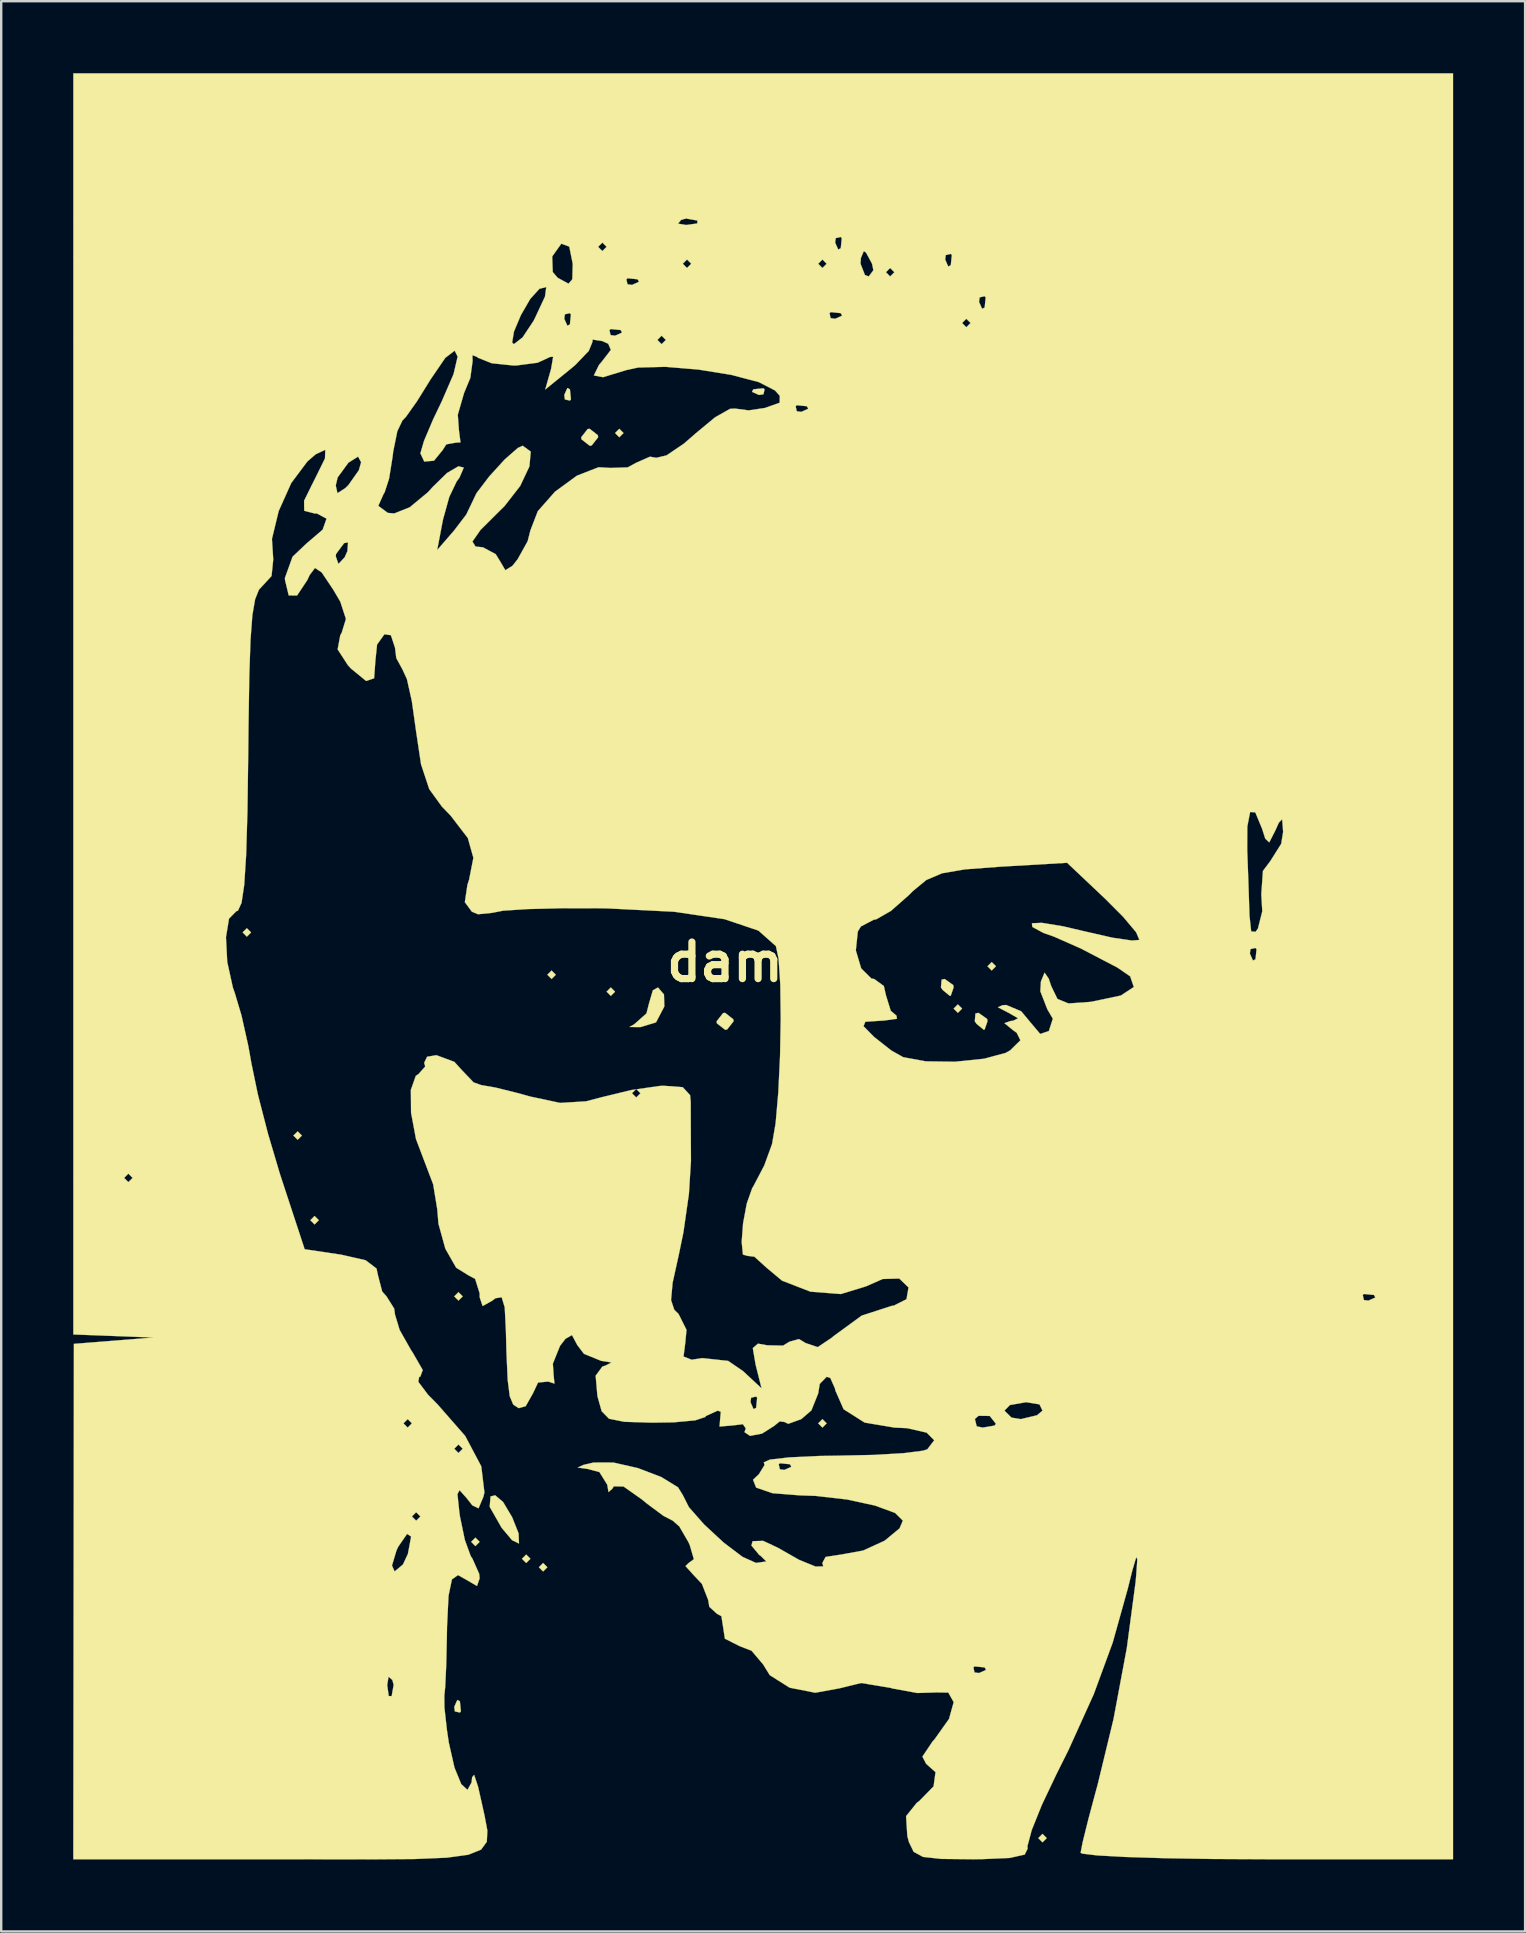
<source format=kicad_pcb>
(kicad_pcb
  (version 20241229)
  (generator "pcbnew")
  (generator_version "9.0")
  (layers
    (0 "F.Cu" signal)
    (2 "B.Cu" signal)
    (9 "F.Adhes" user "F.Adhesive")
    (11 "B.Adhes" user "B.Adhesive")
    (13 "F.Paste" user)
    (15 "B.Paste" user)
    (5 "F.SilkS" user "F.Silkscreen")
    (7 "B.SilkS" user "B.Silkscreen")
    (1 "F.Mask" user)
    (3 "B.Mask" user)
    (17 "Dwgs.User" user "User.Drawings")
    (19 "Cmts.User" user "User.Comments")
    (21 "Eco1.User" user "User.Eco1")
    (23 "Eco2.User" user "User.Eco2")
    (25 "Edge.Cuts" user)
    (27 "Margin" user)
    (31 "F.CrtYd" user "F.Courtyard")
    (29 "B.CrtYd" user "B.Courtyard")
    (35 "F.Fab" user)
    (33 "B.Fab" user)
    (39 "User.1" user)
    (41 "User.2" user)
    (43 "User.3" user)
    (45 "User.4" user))
  (footprint "damn2"
    (layer "F.Cu")
    (at 28.582 37.047)
    (property "Reference" "damn2" (at 0 0 0) (layer "F.SilkS") (effects (font (size 1.524 1.524) (thickness 0.3))))
    (attr through_hole)
    (fp_poly (pts (xy -21.167 -1.235) (xy -21.343 -1.058) (xy -21.519 -1.235) (xy -21.343 -1.411) (xy -21.167 -1.235)) (stroke (width 0.01) (type solid)) (fill yes) (layer "F.SilkS"))
    (fp_poly (pts (xy -19.05 7.232) (xy -19.226 7.408) (xy -19.403 7.232) (xy -19.226 7.056) (xy -19.05 7.232)) (stroke (width 0.01) (type solid)) (fill yes) (layer "F.SilkS"))
    (fp_poly (pts (xy -18.344 10.76) (xy -18.521 10.936) (xy -18.697 10.76) (xy -18.521 10.583) (xy -18.344 10.76)) (stroke (width 0.01) (type solid)) (fill yes) (layer "F.SilkS"))
    (fp_poly (pts (xy -12.347 13.935) (xy -12.524 14.111) (xy -12.7 13.935) (xy -12.524 13.758) (xy -12.347 13.935)) (stroke (width 0.01) (type solid)) (fill yes) (layer "F.SilkS"))
    (fp_poly (pts (xy -11.642 24.165) (xy -11.818 24.342) (xy -11.994 24.165) (xy -11.818 23.989) (xy -11.642 24.165)) (stroke (width 0.01) (type solid)) (fill yes) (layer "F.SilkS"))
    (fp_poly (pts (xy -9.525 24.871) (xy -9.701 25.047) (xy -9.878 24.871) (xy -9.701 24.694) (xy -9.525 24.871)) (stroke (width 0.01) (type solid)) (fill yes) (layer "F.SilkS"))
    (fp_poly (pts (xy -8.819 25.224) (xy -8.996 25.4) (xy -9.172 25.224) (xy -8.996 25.047) (xy -8.819 25.224)) (stroke (width 0.01) (type solid)) (fill yes) (layer "F.SilkS"))
    (fp_poly (pts (xy -8.467 0.529) (xy -8.643 0.706) (xy -8.819 0.529) (xy -8.643 0.353) (xy -8.467 0.529)) (stroke (width 0.01) (type solid)) (fill yes) (layer "F.SilkS"))
    (fp_poly (pts (xy -5.997 1.235) (xy -6.174 1.411) (xy -6.35 1.235) (xy -6.174 1.058) (xy -5.997 1.235)) (stroke (width 0.01) (type solid)) (fill yes) (layer "F.SilkS"))
    (fp_poly (pts (xy -5.644 -22.049) (xy -5.821 -21.872) (xy -5.997 -22.049) (xy -5.821 -22.225) (xy -5.644 -22.049)) (stroke (width 0.01) (type solid)) (fill yes) (layer "F.SilkS"))
    (fp_poly (pts (xy 2.822 19.226) (xy 2.646 19.403) (xy 2.469 19.226) (xy 2.646 19.05) (xy 2.822 19.226)) (stroke (width 0.01) (type solid)) (fill yes) (layer "F.SilkS"))
    (fp_poly (pts (xy 8.467 1.94) (xy 8.29 2.117) (xy 8.114 1.94) (xy 8.29 1.764) (xy 8.467 1.94)) (stroke (width 0.01) (type solid)) (fill yes) (layer "F.SilkS"))
    (fp_poly (pts (xy 9.878 0.176) (xy 9.701 0.353) (xy 9.525 0.176) (xy 9.701 0) (xy 9.878 0.176)) (stroke (width 0.01) (type solid)) (fill yes) (layer "F.SilkS"))
    (fp_poly (pts (xy 11.994 36.513) (xy 11.818 36.689) (xy 11.642 36.513) (xy 11.818 36.336) (xy 11.994 36.513)) (stroke (width 0.01) (type solid)) (fill yes) (layer "F.SilkS"))
    (fp_poly (pts (xy -12.465 30.809) (xy -12.423 31.228) (xy -12.465 31.28) (xy -12.675 31.231) (xy -12.7 31.044) (xy -12.571 30.754) (xy -12.465 30.809)) (stroke (width 0.01) (type solid)) (fill yes) (layer "F.SilkS"))
    (fp_poly (pts (xy -7.879 -23.871) (xy -7.836 -23.453) (xy -7.879 -23.401) (xy -8.088 -23.449) (xy -8.114 -23.636) (xy -7.985 -23.926) (xy -7.879 -23.871)) (stroke (width 0.01) (type solid)) (fill yes) (layer "F.SilkS"))
    (fp_poly (pts (xy 0.235 -23.871) (xy 0.187 -23.662) (xy 0 -23.636) (xy -0.29 -23.765) (xy -0.235 -23.871) (xy 0.183 -23.914) (xy 0.235 -23.871)) (stroke (width 0.01) (type solid)) (fill yes) (layer "F.SilkS"))
    (fp_poly (pts (xy -6.713 -21.957) (xy -6.703 -21.872) (xy -6.971 -21.53) (xy -7.056 -21.519) (xy -7.398 -21.788) (xy -7.408 -21.872) (xy -7.14 -22.215) (xy -7.056 -22.225) (xy -6.713 -21.957)) (stroke (width 0.01) (type solid)) (fill yes) (layer "F.SilkS"))
    (fp_poly (pts (xy -1.069 2.385) (xy -1.058 2.469) (xy -1.327 2.812) (xy -1.411 2.822) (xy -1.754 2.554) (xy -1.764 2.469) (xy -1.495 2.127) (xy -1.411 2.117) (xy -1.069 2.385)) (stroke (width 0.01) (type solid)) (fill yes) (layer "F.SilkS"))
    (fp_poly (pts (xy 8.1 0.962) (xy 8.114 1.058) (xy 7.994 1.402) (xy 7.958 1.411) (xy 7.657 1.164) (xy 7.585 1.058) (xy 7.613 0.733) (xy 7.74 0.706) (xy 8.1 0.962)) (stroke (width 0.01) (type solid)) (fill yes) (layer "F.SilkS"))
    (fp_poly (pts (xy 9.511 2.373) (xy 9.525 2.469) (xy 9.405 2.813) (xy 9.369 2.822) (xy 9.068 2.575) (xy 8.996 2.469) (xy 9.024 2.144) (xy 9.151 2.117) (xy 9.511 2.373)) (stroke (width 0.01) (type solid)) (fill yes) (layer "F.SilkS"))
    (fp_poly (pts (xy -10.664 22.504) (xy -10.288 23.135) (xy -10.017 23.813) (xy -10.001 24.23) (xy -10.005 24.234) (xy -10.289 24.096) (xy -10.724 23.58) (xy -11.222 22.706) (xy -11.187 22.273) (xy -10.993 22.225) (xy -10.664 22.504)) (stroke (width 0.01) (type solid)) (fill yes) (layer "F.SilkS"))
    (fp_poly (pts (xy -3.958 1.351) (xy -3.944 1.852) (xy -4.29 2.514) (xy -4.939 2.711) (xy -5.396 2.707) (xy -5.205 2.597) (xy -5.203 2.597) (xy -4.688 2.141) (xy -4.586 1.738) (xy -4.423 1.179) (xy -4.209 1.058) (xy -3.958 1.351)) (stroke (width 0.01) (type solid)) (fill yes) (layer "F.SilkS"))
    (fp_poly (pts (xy 28.928 37.394) (xy 21.167 37.394) (xy 18.912 37.383) (xy 16.915 37.35) (xy 15.276 37.299) (xy 14.096 37.234) (xy 13.475 37.159) (xy 13.406 37.123) (xy 13.494 36.673) (xy 13.727 35.734) (xy 14.058 34.496) (xy 14.113 34.299) (xy 14.778 31.551) (xy 15.331 28.598) (xy 15.697 25.847) (xy 15.722 25.576) (xy 15.77 24.892) (xy 15.725 24.804) (xy 15.564 25.347) (xy 15.375 26.106) (xy 14.746 28.357) (xy 13.956 30.511) (xy 12.899 32.846) (xy 12.39 33.867) (xy 11.79 35.131) (xy 11.367 36.183) (xy 11.19 36.849) (xy 11.197 36.953) (xy 11.077 37.199) (xy 10.45 37.34) (xy 9.228 37.393) (xy 8.887 37.394) (xy 7.595 37.38) (xy 6.838 37.296) (xy 6.446 37.082) (xy 6.25 36.676) (xy 6.184 36.427) (xy 6.132 35.597) (xy 6.583 35.036) (xy 6.675 34.973) (xy 7.278 34.356) (xy 7.359 33.764) (xy 6.967 33.415) (xy 6.813 33.116) (xy 7.23 32.493) (xy 7.32 32.393) (xy 7.923 31.543) (xy 8.116 30.846) (xy 7.893 30.447) (xy 7.408 30.441) (xy 6.599 30.465) (xy 5.57 30.277) (xy 5.471 30.248) (xy 4.26 30.048) (xy 3.368 30.267) (xy 2.345 30.454) (xy 1.281 30.244) (xy 0.451 29.721) (xy 0.251 29.398) (xy 8.937 29.398) (xy 8.985 29.608) (xy 9.172 29.633) (xy 9.463 29.504) (xy 9.407 29.398) (xy 8.989 29.356) (xy 8.937 29.398) (xy 0.251 29.398) (xy 0.174 29.273) (xy -0.309 28.703) (xy -0.81 28.509) (xy -1.42 28.201) (xy -1.484 27.781) (xy -1.565 27.264) (xy -1.748 27.164) (xy -2.067 26.875) (xy -2.117 26.585) (xy -2.377 25.917) (xy -2.734 25.538) (xy -3.06 25.176) (xy -2.944 25.058) (xy -2.713 24.888) (xy -2.883 24.302) (xy -2.944 24.168) (xy -3.319 23.523) (xy -3.589 23.286) (xy -3.987 23.077) (xy -4.68 22.562) (xy -4.881 22.396) (xy -5.644 21.858) (xy -6.049 21.851) (xy -6.115 21.955) (xy -6.271 22.09) (xy -6.322 21.784) (xy -6.65 21.256) (xy -7.144 21.125) (xy -7.553 21.069) (xy -7.312 20.957) (xy -6.884 20.858) (xy -6.059 20.861) (xy -5.043 21.092) (xy -4.069 21.464) (xy -3.373 21.892) (xy -3.175 22.213) (xy -2.919 22.72) (xy -2.284 23.442) (xy -1.473 24.194) (xy -0.686 24.79) (xy -0.127 25.042) (xy -0.112 25.042) (xy 0.307 24.982) (xy 0.064 24.743) (xy 0.01 24.708) (xy -0.314 24.319) (xy -0.265 24.137) (xy 0.174 24.124) (xy 0.783 24.408) (xy 1.679 24.918) (xy 2.362 25.195) (xy 2.679 25.187) (xy 2.643 25.043) (xy 2.779 24.793) (xy 3.428 24.694) (xy 4.345 24.527) (xy 5.241 24.116) (xy 5.861 23.603) (xy 5.997 23.28) (xy 5.676 22.961) (xy 4.839 22.653) (xy 3.672 22.4) (xy 2.365 22.25) (xy 1.697 22.227) (xy 0.563 22.137) (xy -0.117 21.904) (xy -0.247 21.577) (xy 0.000001 21.343) (xy 0.235 20.96) (xy 0.226 20.931) (xy 0.823 20.931) (xy 0.872 21.141) (xy 1.058 21.167) (xy 1.349 21.038) (xy 1.294 20.931) (xy 0.875 20.889) (xy 0.823 20.931) (xy 0.226 20.931) (xy 0.201 20.853) (xy 0.454 20.738) (xy 1.268 20.644) (xy 2.498 20.586) (xy 3.325 20.573) (xy 4.81 20.541) (xy 6.041 20.468) (xy 6.838 20.366) (xy 7.017 20.309) (xy 7.305 19.931) (xy 6.991 19.614) (xy 6.176 19.427) (xy 5.649 19.403) (xy 4.405 19.194) (xy 4.169 19.044) (xy 8.999 19.044) (xy 9.076 19.351) (xy 9.328 19.403) (xy 9.812 19.321) (xy 9.878 19.247) (xy 9.619 18.918) (xy 9.154 18.911) (xy 8.999 19.044) (xy 4.169 19.044) (xy 3.621 18.697) (xy 10.231 18.697) (xy 10.525 18.987) (xy 10.915 19.05) (xy 11.591 18.888) (xy 11.818 18.697) (xy 11.693 18.436) (xy 11.133 18.344) (xy 10.46 18.463) (xy 10.231 18.697) (xy 3.621 18.697) (xy 3.528 18.638) (xy 3.176 17.837) (xy 3.175 17.79) (xy 2.976 17.337) (xy 2.822 17.286) (xy 2.534 17.581) (xy 2.469 17.979) (xy 2.185 18.687) (xy 1.764 19.05) (xy 1.221 19.246) (xy 1.058 19.168) (xy 0.864 19.145) (xy 0.635 19.332) (xy 0.126 19.654) (xy -0.374 19.748) (xy -0.603 19.592) (xy -0.549 19.436) (xy -0.669 19.262) (xy -1.113 19.315) (xy -1.643 19.359) (xy -1.622 19.106) (xy -1.59 18.741) (xy -1.722 18.697) (xy -2.208 18.919) (xy -2.238 18.962) (xy -2.652 19.1) (xy -3.553 19.184) (xy -4.456 19.197) (xy -5.611 19.162) (xy -6.248 19.034) (xy -6.556 18.721) (xy -6.661 18.344) (xy -0.353 18.344) (xy -0.224 18.635) (xy -0.118 18.58) (xy -0.075 18.161) (xy -0.118 18.109) (xy -0.327 18.158) (xy -0.353 18.344) (xy -6.661 18.344) (xy -6.722 18.13) (xy -6.734 18.068) (xy -6.806 17.241) (xy -6.529 16.863) (xy -6.39 16.814) (xy -6.143 16.689) (xy -6.577 16.621) (xy -7.292 16.33) (xy -7.572 15.963) (xy -7.792 15.548) (xy -8.064 15.702) (xy -8.291 15.997) (xy -8.59 16.739) (xy -8.559 17.202) (xy -8.523 17.57) (xy -8.783 17.485) (xy -9.207 17.525) (xy -9.417 17.971) (xy -9.722 18.511) (xy -10.011 18.593) (xy -10.24 18.446) (xy -10.386 18.1) (xy -10.473 17.411) (xy -10.525 16.233) (xy -10.546 15.391) (xy -10.596 14.389) (xy -10.724 13.97) (xy -10.984 14.013) (xy -11.112 14.111) (xy -11.518 14.338) (xy -11.639 13.973) (xy -11.642 13.802) (xy -11.829 13.206) (xy -12.114 13.053) (xy -12.62 12.739) (xy -13.07 11.949) (xy -13.357 10.91) (xy -13.408 10.302) (xy -13.578 9.264) (xy -13.909 8.393) (xy -14.295 7.376) (xy -14.5 6.278) (xy -14.508 5.325) (xy -14.302 4.742) (xy -14.193 4.672) (xy -13.91 4.351) (xy -13.953 4.203) (xy -13.832 3.947) (xy -13.444 3.881) (xy -12.694 4.16) (xy -12.391 4.495) (xy -11.894 5.015) (xy -11.58 5.127) (xy -10.975 5.232) (xy -9.997 5.475) (xy -9.539 5.604) (xy -8.287 5.871) (xy -7.21 5.805) (xy -6.54 5.63) (xy -5.319 5.334) (xy -5.13 5.307) (xy -5.292 5.468) (xy -5.115 5.644) (xy -4.939 5.468) (xy -5.104 5.303) (xy -4.149 5.165) (xy -3.98 5.156) (xy -3.176 5.215) (xy -2.87 5.547) (xy -2.844 5.821) (xy -2.842 6.586) (xy -2.837 7.717) (xy -2.834 8.29) (xy -2.919 9.662) (xy -3.147 11.26) (xy -3.335 12.171) (xy -3.6 13.376) (xy -3.664 14.09) (xy -3.528 14.495) (xy -3.351 14.667) (xy -3.02 15.329) (xy -3.07 15.865) (xy -3.143 16.442) (xy -2.806 16.574) (xy -2.359 16.507) (xy -1.282 16.624) (xy -0.663 17.049) (xy 0.109 17.768) (xy -0.14 16.775) (xy -0.256 16.09) (xy -0.04 15.904) (xy 0.334 15.972) (xy 1.003 15.987) (xy 1.266 15.825) (xy 1.669 15.713) (xy 1.948 15.881) (xy 2.45 16.049) (xy 3.049 15.648) (xy 3.09 15.607) (xy 4.281 14.736) (xy 5.54 14.328) (xy 5.614 14.322) (xy 6.15 14.053) (xy 6.18 13.876) (xy 25.165 13.876) (xy 25.213 14.086) (xy 25.4 14.111) (xy 25.69 13.982) (xy 25.635 13.876) (xy 25.217 13.834) (xy 25.165 13.876) (xy 6.18 13.876) (xy 6.234 13.563) (xy 5.847 13.191) (xy 5.157 13.21) (xy 4.458 13.518) (xy 3.413 13.837) (xy 2.146 13.738) (xy 0.961 13.278) (xy 0.308 12.732) (xy -0.189 12.281) (xy -0.485 12.245) (xy -0.668 12.191) (xy -0.72 11.665) (xy -0.661 10.884) (xy -0.508 10.066) (xy -0.283 9.428) (xy -0.229 9.339) (xy 0.222 8.476) (xy 0.546 7.585) (xy 0.694 6.725) (xy 0.806 5.44) (xy 0.879 3.921) (xy 0.907 2.359) (xy 0.889 0.944) (xy 0.819 -0.134) (xy 0.745 -0.485) (xy 4.038 -0.485) (xy 4.262 0.267) (xy 4.688 0.687) (xy 4.804 0.706) (xy 5.205 0.998) (xy 5.292 1.382) (xy 5.493 2.03) (xy 5.733 2.236) (xy 5.752 2.365) (xy 5.204 2.439) (xy 5.137 2.442) (xy 4.433 2.488) (xy 4.359 2.675) (xy 4.8 3.122) (xy 5.519 3.688) (xy 6.013 3.965) (xy 6.949 4.138) (xy 8.169 4.154) (xy 9.38 4.03) (xy 10.286 3.785) (xy 10.474 3.677) (xy 10.897 3.261) (xy 10.744 2.95) (xy 10.583 2.834) (xy 10.232 2.546) (xy 10.492 2.456) (xy 10.583 2.45) (xy 10.802 2.344) (xy 10.407 2.117) (xy 9.959 1.884) (xy 10.152 1.798) (xy 10.306 1.789) (xy 10.93 2.051) (xy 11.309 2.507) (xy 11.723 2.997) (xy 12.083 2.875) (xy 12.249 2.361) (xy 12.021 1.972) (xy 11.728 1.219) (xy 11.752 0.811) (xy 11.905 0.441) (xy 12.078 0.693) (xy 12.185 1.01) (xy 12.442 1.539) (xy 12.905 1.725) (xy 13.812 1.66) (xy 13.853 1.655) (xy 15.083 1.395) (xy 15.624 1.04) (xy 15.472 0.596) (xy 14.94 0.23) (xy 13.823 -0.353) (xy 20.461 -0.353) (xy 20.59 -0.062) (xy 20.696 -0.118) (xy 20.739 -0.536) (xy 20.696 -0.588) (xy 20.487 -0.54) (xy 20.461 -0.353) (xy 13.823 -0.353) (xy 13.418 -0.564) (xy 12.292 -1.061) (xy 11.856 -1.214) (xy 11.395 -1.463) (xy 11.377 -1.617) (xy 11.792 -1.635) (xy 12.676 -1.49) (xy 13.617 -1.27) (xy 14.734 -1.015) (xy 15.553 -0.896) (xy 15.857 -0.923) (xy 15.721 -1.241) (xy 15.181 -1.884) (xy 14.444 -2.624) (xy 12.843 -4.137) (xy 10.038 -3.973) (xy 8.584 -3.863) (xy 7.631 -3.7) (xy 6.974 -3.419) (xy 6.411 -2.955) (xy 6.244 -2.786) (xy 5.504 -2.134) (xy 4.893 -1.783) (xy 4.782 -1.764) (xy 4.246 -1.481) (xy 4.119 -1.269) (xy 4.038 -0.485) (xy 0.745 -0.485) (xy 0.707 -0.664) (xy -0.021 -1.31) (xy -1.434 -1.787) (xy -3.53 -2.096) (xy -6.312 -2.236) (xy -6.526 -2.24) (xy -8.204 -2.243) (xy -9.631 -2.208) (xy -10.656 -2.142) (xy -11.124 -2.051) (xy -11.709 -1.992) (xy -11.966 -2.099) (xy -12.258 -2.496) (xy -12.15 -3.222) (xy -12.082 -3.428) (xy -11.902 -4.344) (xy -11.995 -4.675) (xy 20.35 -4.675) (xy 20.397 -3.403) (xy 20.435 -2.24) (xy 20.444 -1.94) (xy 20.515 -1.278) (xy 20.698 -1.26) (xy 20.796 -1.394) (xy 20.978 -2.115) (xy 20.937 -2.825) (xy 21.006 -3.799) (xy 21.313 -4.208) (xy 21.766 -4.928) (xy 21.847 -5.423) (xy 21.807 -5.952) (xy 21.667 -5.807) (xy 21.515 -5.468) (xy 21.268 -4.987) (xy 21.102 -5.142) (xy 20.97 -5.556) (xy 20.687 -6.238) (xy 20.472 -6.255) (xy 20.354 -5.646) (xy 20.35 -4.675) (xy -11.995 -4.675) (xy -12.133 -5.168) (xy -12.852 -6.105) (xy -13.215 -6.48) (xy -13.742 -7.208) (xy -14.084 -8.242) (xy -14.296 -9.657) (xy -14.467 -10.875) (xy -14.671 -11.79) (xy -14.858 -12.197) (xy -15.115 -12.668) (xy -15.169 -13.103) (xy -15.341 -13.623) (xy -15.61 -13.661) (xy -15.916 -13.235) (xy -15.985 -12.573) (xy -16.04 -11.827) (xy -16.371 -11.714) (xy -17.003 -12.232) (xy -17.128 -12.367) (xy -17.56 -13.031) (xy -17.449 -13.623) (xy -17.392 -13.72) (xy -17.214 -14.299) (xy -17.448 -15.019) (xy -17.74 -15.517) (xy -18.227 -16.243) (xy -18.504 -16.426) (xy -18.728 -16.127) (xy -18.819 -15.928) (xy -19.251 -15.277) (xy -19.599 -15.282) (xy -19.755 -15.931) (xy -19.756 -16.011) (xy -19.439 -16.893) (xy -19.418 -16.913) (xy -17.639 -16.913) (xy -17.526 -16.592) (xy -17.265 -16.872) (xy -17.152 -17.128) (xy -17.127 -17.492) (xy -17.29 -17.46) (xy -17.626 -17.008) (xy -17.639 -16.913) (xy -19.418 -16.913) (xy -18.874 -17.43) (xy -18.185 -18.02) (xy -18.022 -18.48) (xy -18.419 -18.694) (xy -18.521 -18.697) (xy -18.952 -18.808) (xy -18.955 -19.014) (xy -15.865 -19.014) (xy -15.469 -18.721) (xy -15.201 -18.697) (xy -14.556 -18.953) (xy -13.79 -19.587) (xy -13.599 -19.8) (xy -13.002 -20.383) (xy -12.523 -20.663) (xy -12.303 -20.607) (xy -12.485 -20.184) (xy -12.6 -20.029) (xy -12.907 -19.386) (xy -13.17 -18.438) (xy -13.182 -18.376) (xy -13.411 -17.172) (xy -12.703 -17.989) (xy -12.201 -18.648) (xy -11.994 -19.077) (xy -11.773 -19.541) (xy -11.243 -20.238) (xy -10.602 -20.942) (xy -10.05 -21.427) (xy -9.846 -21.519) (xy -9.512 -21.276) (xy -9.566 -20.66) (xy -9.95 -19.845) (xy -10.604 -19.004) (xy -10.76 -18.851) (xy -11.605 -18.01) (xy -11.942 -17.527) (xy -11.812 -17.317) (xy -11.503 -17.286) (xy -10.97 -16.999) (xy -10.788 -16.703) (xy -10.571 -16.331) (xy -10.275 -16.514) (xy -10.056 -16.791) (xy -9.641 -17.538) (xy -9.525 -17.992) (xy -9.218 -18.79) (xy -8.5 -19.605) (xy -7.585 -20.272) (xy -6.686 -20.623) (xy -6.188 -20.594) (xy -5.471 -20.617) (xy -5.126 -20.805) (xy -4.542 -21.063) (xy -4.277 -21.017) (xy -3.85 -21.118) (xy -3.129 -21.607) (xy -2.631 -22.04) (xy -1.829 -22.704) (xy -1.205 -23.057) (xy -0.995 -23.068) (xy -0.434 -22.993) (xy 0.251 -23.094) (xy 0.452 -23.166) (xy 1.529 -23.166) (xy 1.577 -22.956) (xy 1.764 -22.931) (xy 2.054 -23.06) (xy 1.999 -23.166) (xy 1.58 -23.208) (xy 1.529 -23.166) (xy 0.452 -23.166) (xy 0.863 -23.312) (xy 0.868 -23.6) (xy 0.671 -23.822) (xy -0.002 -24.169) (xy -1.144 -24.471) (xy -2.521 -24.694) (xy -3.897 -24.808) (xy -5.036 -24.779) (xy -5.525 -24.673) (xy -6.498 -24.376) (xy -6.881 -24.449) (xy -6.666 -24.888) (xy -6.566 -25.004) (xy -6.173 -25.513) (xy -6.281 -25.77) (xy -6.529 -25.882) (xy -6.834 -25.929) (xy -4.233 -25.929) (xy -4.057 -25.753) (xy -3.881 -25.929) (xy -4.057 -26.106) (xy -4.233 -25.929) (xy -6.834 -25.929) (xy -6.932 -25.944) (xy -6.943 -25.837) (xy -7.093 -25.472) (xy -7.649 -24.89) (xy -7.851 -24.72) (xy -8.907 -23.863) (xy -8.664 -24.72) (xy -8.577 -25.228) (xy -8.708 -25.219) (xy -9.228 -24.979) (xy -10.116 -24.864) (xy -10.231 -24.863) (xy -11.137 -24.957) (xy -11.713 -25.186) (xy -11.745 -25.219) (xy -11.943 -25.296) (xy -11.935 -25.047) (xy -12.029 -24.348) (xy -12.293 -23.711) (xy -12.552 -22.813) (xy -12.505 -22.167) (xy -12.439 -21.659) (xy -12.625 -21.65) (xy -13.031 -21.577) (xy -13.181 -21.341) (xy -13.544 -20.895) (xy -13.95 -20.861) (xy -14.111 -21.204) (xy -13.962 -21.716) (xy -13.579 -22.62) (xy -13.228 -23.352) (xy -12.729 -24.503) (xy -12.558 -25.235) (xy -12.683 -25.482) (xy -13.073 -25.182) (xy -13.685 -24.286) (xy -14.257 -23.366) (xy -14.712 -22.725) (xy -14.861 -22.568) (xy -15.072 -22.125) (xy -15.245 -21.271) (xy -15.268 -21.07) (xy -15.415 -20.151) (xy -15.603 -19.57) (xy -15.639 -19.521) (xy -15.865 -19.014) (xy -18.955 -19.014) (xy -18.958 -19.226) (xy -18.644 -19.864) (xy -17.639 -19.864) (xy -17.567 -19.541) (xy -17.242 -19.752) (xy -17.11 -19.882) (xy -16.675 -20.499) (xy -16.581 -20.832) (xy -16.708 -21.066) (xy -17.11 -20.814) (xy -17.559 -20.2) (xy -17.639 -19.864) (xy -18.644 -19.864) (xy -18.539 -20.076) (xy -18.521 -20.108) (xy -18.087 -20.99) (xy -18.075 -21.35) (xy -18.475 -21.163) (xy -18.822 -20.863) (xy -19.494 -19.964) (xy -20.018 -18.795) (xy -20.298 -17.634) (xy -20.244 -16.777) (xy -20.314 -16.091) (xy -20.624 -15.752) (xy -20.839 -15.521) (xy -20.999 -15.122) (xy -21.114 -14.456) (xy -21.191 -13.425) (xy -21.242 -11.93) (xy -21.274 -9.873) (xy -21.286 -8.714) (xy -21.319 -6.27) (xy -21.373 -4.461) (xy -21.453 -3.217) (xy -21.565 -2.468) (xy -21.713 -2.144) (xy -21.784 -2.117) (xy -22.087 -1.81) (xy -22.214 -1.035) (xy -22.161 -0.005) (xy -21.926 1.064) (xy -21.843 1.3) (xy -21.567 2.226) (xy -21.284 3.491) (xy -21.151 4.233) (xy -20.884 5.523) (xy -20.462 7.157) (xy -19.97 8.815) (xy -19.887 9.071) (xy -18.934 11.969) (xy -17.404 12.198) (xy -16.392 12.429) (xy -15.939 12.774) (xy -15.875 13.072) (xy -15.703 13.731) (xy -15.522 13.935) (xy -15.203 14.443) (xy -15.169 14.695) (xy -14.975 15.335) (xy -14.501 16.173) (xy -14.44 16.262) (xy -14.013 17.003) (xy -14.116 17.283) (xy -14.161 17.286) (xy -14.197 17.495) (xy -13.796 18.029) (xy -13.391 18.44) (xy -12.244 19.751) (xy -11.573 21.018) (xy -11.442 22.107) (xy -11.486 22.29) (xy -11.687 22.768) (xy -11.945 22.645) (xy -12.186 22.338) (xy -12.477 22.012) (xy -12.567 22.175) (xy -12.488 22.92) (xy -12.462 23.107) (xy -12.258 24.087) (xy -12.011 24.764) (xy -11.948 24.853) (xy -11.661 25.494) (xy -11.642 25.69) (xy -11.752 26.004) (xy -12.139 25.779) (xy -12.542 25.55) (xy -12.797 25.731) (xy -12.938 26.413) (xy -13 27.686) (xy -13.007 28.109) (xy -13.034 29.303) (xy -13.076 30.207) (xy -13.114 30.578) (xy -13.109 31.073) (xy -13.006 31.998) (xy -12.926 32.536) (xy -12.691 33.572) (xy -12.409 34.261) (xy -12.149 34.502) (xy -11.978 34.193) (xy -11.954 33.976) (xy -11.871 33.876) (xy -11.709 34.361) (xy -11.621 34.749) (xy -11.438 35.567) (xy -11.32 36.197) (xy -11.342 36.665) (xy -11.581 36.993) (xy -12.113 37.206) (xy -13.015 37.329) (xy -14.361 37.385) (xy -16.228 37.399) (xy -18.692 37.396) (xy -19.933 37.394) (xy -28.577 37.394) (xy -28.568 30.133) (xy -15.494 30.133) (xy -15.43 30.591) (xy -15.309 30.596) (xy -15.225 30.124) (xy -15.281 29.92) (xy -15.438 29.786) (xy -15.494 30.133) (xy -28.568 30.133) (xy -28.564 26.654) (xy -28.562 25.151) (xy -15.295 25.151) (xy -15.186 25.4) (xy -14.837 25.108) (xy -14.632 24.668) (xy -14.497 23.946) (xy -14.665 23.833) (xy -15.031 24.363) (xy -15.105 24.517) (xy -15.295 25.151) (xy -28.562 25.151) (xy -28.56 23.107) (xy -14.464 23.107) (xy -14.287 23.283) (xy -14.111 23.107) (xy -14.287 22.931) (xy -14.464 23.107) (xy -28.56 23.107) (xy -28.557 20.285) (xy -12.7 20.285) (xy -12.524 20.461) (xy -12.347 20.285) (xy -12.524 20.108) (xy -12.7 20.285) (xy -28.557 20.285) (xy -28.556 19.226) (xy -14.817 19.226) (xy -14.64 19.403) (xy -14.464 19.226) (xy -14.64 19.05) (xy -14.817 19.226) (xy -28.556 19.226) (xy -28.552 15.913) (xy -26.888 15.781) (xy -25.224 15.649) (xy -28.575 15.522) (xy -28.575 8.996) (xy -26.458 8.996) (xy -26.282 9.172) (xy -26.106 8.996) (xy -26.282 8.819) (xy -26.458 8.996) (xy -28.575 8.996) (xy -28.575 -25.819) (xy -10.287 -25.819) (xy -10.213 -25.753) (xy -9.851 -26.035) (xy -9.648 -26.341) (xy -6.232 -26.341) (xy -6.184 -26.131) (xy -5.997 -26.106) (xy -5.707 -26.235) (xy -5.762 -26.341) (xy -6.181 -26.383) (xy -6.232 -26.341) (xy -9.648 -26.341) (xy -9.396 -26.72) (xy -9.358 -26.794) (xy -9.349 -26.811) (xy -8.114 -26.811) (xy -7.985 -26.521) (xy -7.879 -26.576) (xy -7.873 -26.635) (xy 8.467 -26.635) (xy 8.643 -26.458) (xy 8.819 -26.635) (xy 8.643 -26.811) (xy 8.467 -26.635) (xy -7.873 -26.635) (xy -7.836 -26.995) (xy -7.879 -27.046) (xy 2.94 -27.046) (xy 2.988 -26.837) (xy 3.175 -26.811) (xy 3.465 -26.94) (xy 3.41 -27.046) (xy 2.992 -27.089) (xy 2.94 -27.046) (xy -7.879 -27.046) (xy -8.088 -26.998) (xy -8.114 -26.811) (xy -9.349 -26.811) (xy -9.02 -27.517) (xy 9.172 -27.517) (xy 9.301 -27.226) (xy 9.407 -27.281) (xy 9.45 -27.7) (xy 9.407 -27.752) (xy 9.198 -27.703) (xy 9.172 -27.517) (xy -9.02 -27.517) (xy -8.918 -27.735) (xy -8.864 -28.134) (xy -9.15 -28.06) (xy -9.53 -27.642) (xy -9.921 -26.966) (xy -10.211 -26.277) (xy -10.287 -25.819) (xy -28.575 -25.819) (xy -28.575 -29.397) (xy -8.617 -29.397) (xy -8.595 -28.759) (xy -8.39 -28.52) (xy -7.937 -28.273) (xy -7.78 -28.456) (xy -7.779 -28.457) (xy -5.527 -28.457) (xy -5.478 -28.248) (xy -5.292 -28.222) (xy -5.001 -28.351) (xy -5.056 -28.457) (xy -5.475 -28.5) (xy -5.527 -28.457) (xy -7.779 -28.457) (xy -7.761 -29.104) (xy -3.175 -29.104) (xy -2.999 -28.928) (xy -2.822 -29.104) (xy 2.469 -29.104) (xy 2.646 -28.928) (xy 2.822 -29.104) (xy 4.233 -29.104) (xy 4.418 -28.635) (xy 4.575 -28.575) (xy 4.707 -28.751) (xy 5.292 -28.751) (xy 5.468 -28.575) (xy 5.644 -28.751) (xy 5.468 -28.928) (xy 5.292 -28.751) (xy 4.707 -28.751) (xy 4.769 -28.834) (xy 4.714 -29.104) (xy 4.619 -29.281) (xy 7.761 -29.281) (xy 7.89 -28.99) (xy 7.996 -29.045) (xy 8.039 -29.464) (xy 7.996 -29.516) (xy 7.787 -29.467) (xy 7.761 -29.281) (xy 4.619 -29.281) (xy 4.463 -29.568) (xy 4.372 -29.633) (xy 4.249 -29.345) (xy 4.233 -29.104) (xy 2.822 -29.104) (xy 2.646 -29.281) (xy 2.469 -29.104) (xy -2.822 -29.104) (xy -2.999 -29.281) (xy -3.175 -29.104) (xy -7.761 -29.104) (xy -7.904 -29.81) (xy -6.703 -29.81) (xy -6.526 -29.633) (xy -6.35 -29.81) (xy -6.526 -29.986) (xy 3.175 -29.986) (xy 3.304 -29.696) (xy 3.41 -29.751) (xy 3.452 -30.17) (xy 3.41 -30.221) (xy 3.2 -30.173) (xy 3.175 -29.986) (xy -6.526 -29.986) (xy -6.703 -29.81) (xy -7.904 -29.81) (xy -7.905 -29.818) (xy -8.238 -29.94) (xy -8.609 -29.419) (xy -8.617 -29.397) (xy -28.575 -29.397) (xy -28.575 -30.776) (xy -3.375 -30.776) (xy -3.028 -30.72) (xy -2.57 -30.784) (xy -2.565 -30.905) (xy -3.037 -30.989) (xy -3.241 -30.933) (xy -3.375 -30.776) (xy -28.575 -30.776) (xy -28.575 -37.042) (xy 28.928 -37.042) (xy 28.928 37.394)) (stroke (width 0.01) (type solid)) (fill yes) (layer "F.SilkS")))
  (gr_rect
    (start -3 -3)
    (end 60.514 77.451)
    (stroke (width 0.1) (type default))
    (fill no)
    (layer "Edge.Cuts")))
</source>
